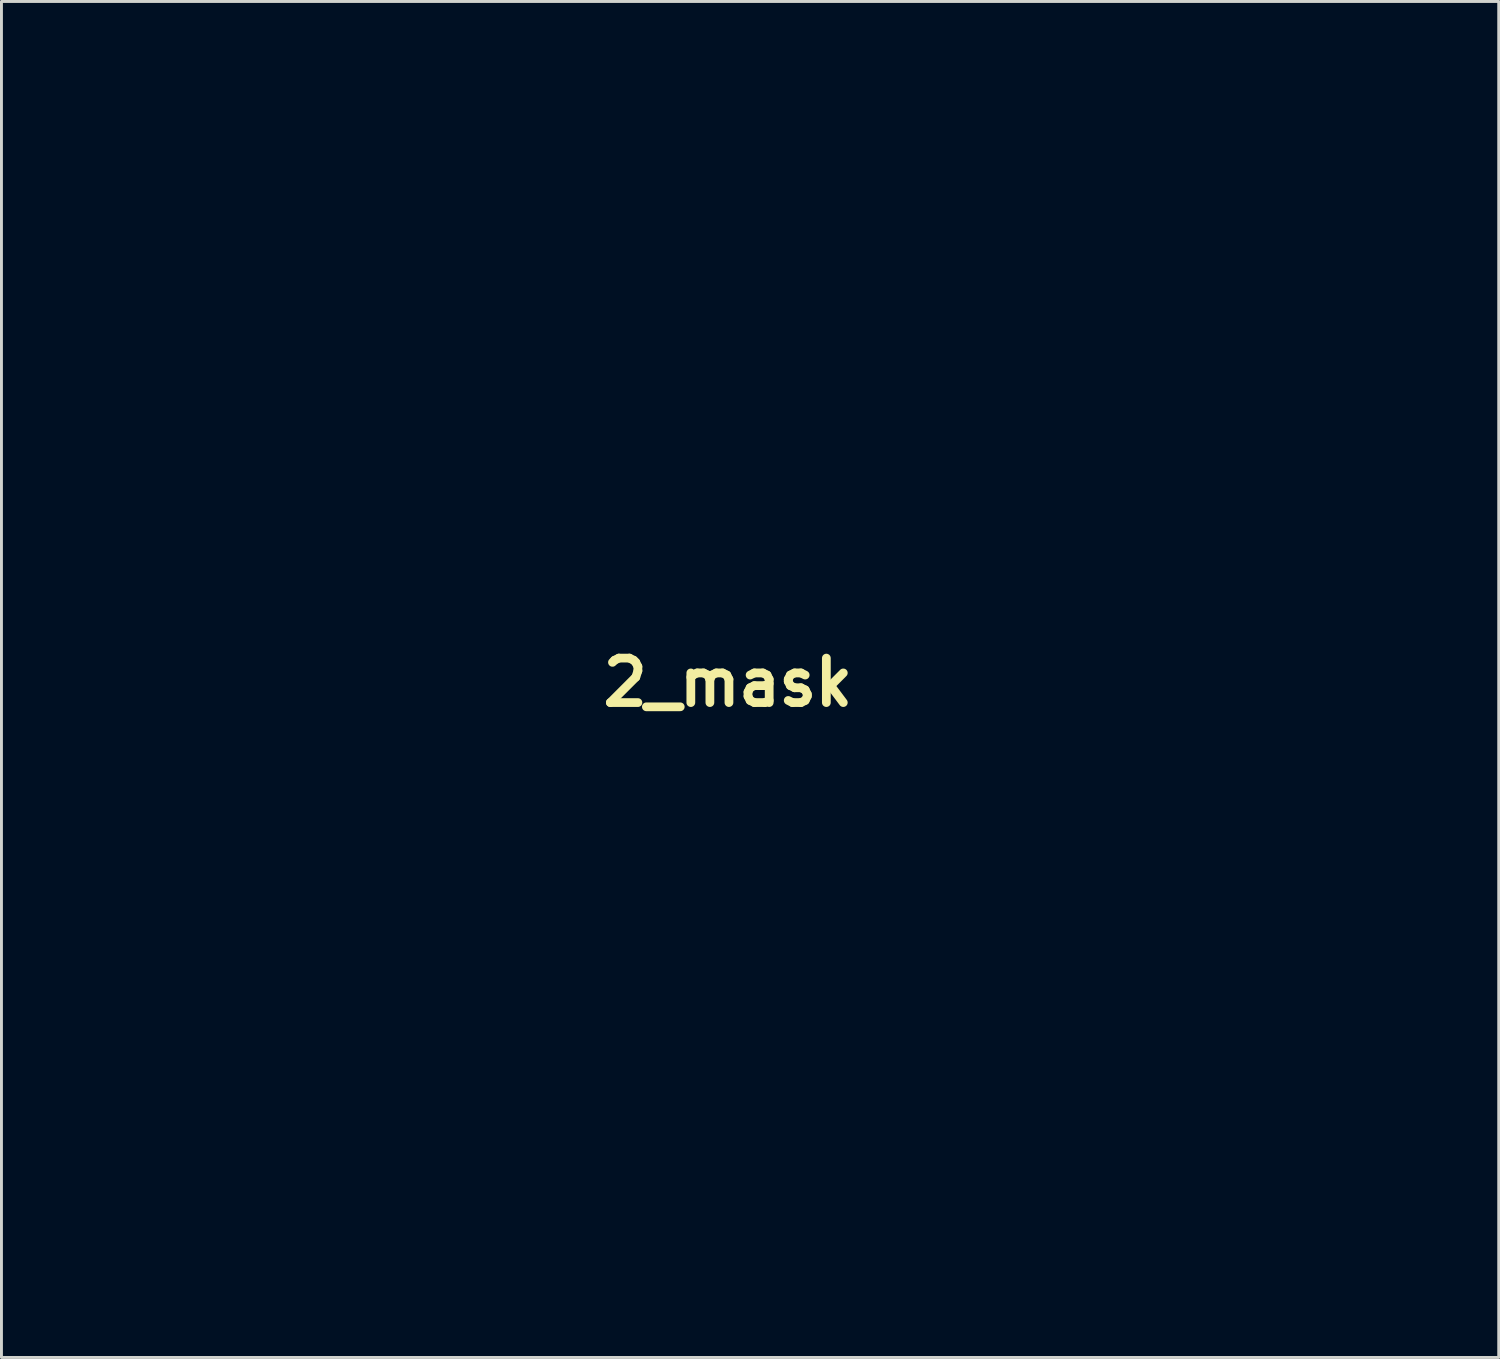
<source format=kicad_pcb>
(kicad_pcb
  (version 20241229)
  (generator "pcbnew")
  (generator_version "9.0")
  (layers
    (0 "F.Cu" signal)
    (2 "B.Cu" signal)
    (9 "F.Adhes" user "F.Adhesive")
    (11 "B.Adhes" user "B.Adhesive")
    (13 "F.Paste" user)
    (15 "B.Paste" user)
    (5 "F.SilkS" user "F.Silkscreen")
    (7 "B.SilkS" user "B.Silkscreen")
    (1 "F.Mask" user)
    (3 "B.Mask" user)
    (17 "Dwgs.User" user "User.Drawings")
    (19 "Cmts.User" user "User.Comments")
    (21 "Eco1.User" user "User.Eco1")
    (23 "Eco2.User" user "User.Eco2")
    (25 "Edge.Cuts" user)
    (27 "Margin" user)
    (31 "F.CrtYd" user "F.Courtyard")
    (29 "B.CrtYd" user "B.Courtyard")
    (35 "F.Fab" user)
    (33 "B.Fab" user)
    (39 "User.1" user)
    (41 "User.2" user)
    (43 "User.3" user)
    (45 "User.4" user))
  (footprint "2_mask"
    (layer "F.Cu")
    (at 21.897 20.34)
    (property "Reference" "2_mask" (at 0 0 0) (layer "F.SilkS") (effects (font (size 1.524 1.524) (thickness 0.3))))
    (attr board_only exclude_from_pos_files exclude_from_bom)
    (fp_poly (pts (xy -21.492 -5.749) (xy -21.347 -5.658) (xy -21.25 -5.483) (xy -21.204 -5.229) (xy -21.2 -5.113) (xy -21.209 -4.92) (xy -21.24 -4.795) (xy -21.3 -4.709) (xy -21.445 -4.622) (xy -21.6 -4.631) (xy -21.751 -4.735) (xy -21.752 -4.736) (xy -21.837 -4.878) (xy -21.885 -5.063) (xy -21.897 -5.266) (xy -21.875 -5.461) (xy -21.821 -5.624) (xy -21.737 -5.73) (xy -21.682 -5.753)) (stroke (width 0) (type solid)) (fill yes) (layer "F.Mask"))
    (fp_poly (pts (xy -16.52 18.979) (xy -16.391 19.085) (xy -16.287 19.227) (xy -16.255 19.301) (xy -16.191 19.571) (xy -16.182 19.802) (xy -16.225 19.98) (xy -16.319 20.089) (xy -16.369 20.11) (xy -16.496 20.134) (xy -16.595 20.116) (xy -16.711 20.053) (xy -16.842 19.941) (xy -16.913 19.794) (xy -16.931 19.592) (xy -16.907 19.359) (xy -16.864 19.146) (xy -16.811 19.017) (xy -16.735 18.953) (xy -16.644 18.938)) (stroke (width 0) (type solid)) (fill yes) (layer "F.Mask"))
    (fp_poly (pts (xy 10.593 18.809) (xy 10.679 18.844) (xy 10.822 18.946) (xy 10.907 19.097) (xy 10.939 19.313) (xy 10.937 19.477) (xy 10.914 19.688) (xy 10.87 19.824) (xy 10.823 19.887) (xy 10.655 19.993) (xy 10.471 20.014) (xy 10.351 19.976) (xy 10.204 19.848) (xy 10.121 19.646) (xy 10.101 19.429) (xy 10.12 19.181) (xy 10.186 19.007) (xy 10.307 18.889) (xy 10.367 18.856) (xy 10.495 18.806)) (stroke (width 0) (type solid)) (fill yes) (layer "F.Mask"))
    (fp_poly (pts (xy 8.892 -14.353) (xy 8.954 -14.315) (xy 9.109 -14.179) (xy 9.211 -14.005) (xy 9.27 -13.772) (xy 9.291 -13.562) (xy 9.283 -13.263) (xy 9.226 -13.006) (xy 9.129 -12.801) (xy 9 -12.658) (xy 8.849 -12.586) (xy 8.682 -12.595) (xy 8.535 -12.676) (xy 8.379 -12.856) (xy 8.272 -13.096) (xy 8.215 -13.37) (xy 8.21 -13.653) (xy 8.258 -13.92) (xy 8.36 -14.144) (xy 8.443 -14.243) (xy 8.603 -14.365) (xy 8.744 -14.4)) (stroke (width 0) (type solid)) (fill yes) (layer "F.Mask"))
    (fp_poly (pts (xy 20.698 16.066) (xy 20.802 16.108) (xy 20.959 16.242) (xy 21.08 16.448) (xy 21.157 16.705) (xy 21.186 16.988) (xy 21.16 17.276) (xy 21.133 17.389) (xy 21.012 17.671) (xy 20.842 17.876) (xy 20.634 17.998) (xy 20.396 18.032) (xy 20.14 17.972) (xy 20.123 17.965) (xy 19.91 17.821) (xy 19.752 17.614) (xy 19.652 17.361) (xy 19.609 17.084) (xy 19.626 16.803) (xy 19.703 16.536) (xy 19.841 16.304) (xy 20.015 16.144) (xy 20.218 16.058) (xy 20.46 16.032)) (stroke (width 0) (type solid)) (fill yes) (layer "F.Mask"))
    (fp_poly (pts (xy 19.112 -9.767) (xy 19.319 -9.639) (xy 19.471 -9.443) (xy 19.481 -9.424) (xy 19.525 -9.261) (xy 19.544 -9.038) (xy 19.539 -8.788) (xy 19.511 -8.546) (xy 19.463 -8.348) (xy 19.436 -8.286) (xy 19.283 -8.089) (xy 19.079 -7.972) (xy 18.844 -7.939) (xy 18.594 -7.998) (xy 18.566 -8.011) (xy 18.351 -8.161) (xy 18.193 -8.372) (xy 18.092 -8.624) (xy 18.05 -8.895) (xy 18.071 -9.165) (xy 18.156 -9.414) (xy 18.308 -9.62) (xy 18.392 -9.689) (xy 18.626 -9.797) (xy 18.874 -9.822)) (stroke (width 0) (type solid)) (fill yes) (layer "F.Mask"))
    (fp_poly (pts (xy 14.353 17.681) (xy 14.475 17.75) (xy 14.606 17.879) (xy 14.756 18.092) (xy 14.852 18.342) (xy 14.903 18.652) (xy 14.913 18.837) (xy 14.908 19.15) (xy 14.869 19.39) (xy 14.789 19.581) (xy 14.69 19.717) (xy 14.461 19.918) (xy 14.213 20.024) (xy 13.953 20.034) (xy 13.711 19.956) (xy 13.502 19.798) (xy 13.353 19.56) (xy 13.264 19.241) (xy 13.234 18.842) (xy 13.234 18.837) (xy 13.267 18.48) (xy 13.364 18.174) (xy 13.514 17.929) (xy 13.712 17.755) (xy 13.951 17.659) (xy 14.196 17.649)) (stroke (width 0) (type solid)) (fill yes) (layer "F.Mask"))
    (fp_poly (pts (xy 12.211 -14.115) (xy 12.385 -14.084) (xy 12.522 -14.014) (xy 12.651 -13.902) (xy 12.757 -13.791) (xy 12.825 -13.709) (xy 12.839 -13.682) (xy 12.853 -13.619) (xy 12.892 -13.511) (xy 12.933 -13.336) (xy 12.948 -13.1) (xy 12.936 -12.84) (xy 12.9 -12.59) (xy 12.873 -12.484) (xy 12.753 -12.218) (xy 12.606 -12.024) (xy 12.481 -11.904) (xy 12.377 -11.844) (xy 12.252 -11.824) (xy 12.19 -11.823) (xy 11.929 -11.868) (xy 11.795 -11.936) (xy 11.667 -12.052) (xy 11.546 -12.21) (xy 11.509 -12.275) (xy 11.452 -12.396) (xy 11.42 -12.512) (xy 11.407 -12.651) (xy 11.41 -12.846) (xy 11.415 -12.95) (xy 11.45 -13.308) (xy 11.52 -13.587) (xy 11.631 -13.807) (xy 11.788 -13.982) (xy 11.91 -14.078) (xy 12.017 -14.119) (xy 12.158 -14.12)) (stroke (width 0) (type solid)) (fill yes) (layer "F.Mask"))
    (fp_poly (pts (xy -15.579 -16.273) (xy -15.587 -16.107) (xy -15.613 -15.843) (xy -15.657 -15.48) (xy -15.718 -15.019) (xy -15.767 -14.67) (xy -15.843 -14.128) (xy -15.906 -13.667) (xy -15.959 -13.271) (xy -16.003 -12.922) (xy -16.04 -12.601) (xy -16.074 -12.293) (xy -16.105 -11.98) (xy -16.125 -11.769) (xy -16.138 -11.576) (xy -16.148 -11.317) (xy -16.154 -11.014) (xy -16.158 -10.689) (xy -16.158 -10.361) (xy -16.155 -10.053) (xy -16.148 -9.785) (xy -16.138 -9.578) (xy -16.128 -9.465) (xy -16.019 -9.005) (xy -15.846 -8.597) (xy -15.616 -8.252) (xy -15.381 -8.02) (xy -15.208 -7.895) (xy -15.019 -7.786) (xy -14.799 -7.689) (xy -14.535 -7.597) (xy -14.21 -7.506) (xy -13.811 -7.41) (xy -13.479 -7.338) (xy -13.271 -7.289) (xy -13.126 -7.238) (xy -13.008 -7.164) (xy -12.881 -7.05) (xy -12.826 -6.996) (xy -12.493 -6.594) (xy -12.246 -6.141) (xy -12.086 -5.641) (xy -12.013 -5.094) (xy -12.027 -4.503) (xy -12.072 -4.164) (xy -12.151 -3.778) (xy -12.261 -3.38) (xy -12.392 -2.987) (xy -12.539 -2.621) (xy -12.692 -2.3) (xy -12.845 -2.044) (xy -12.96 -1.9) (xy -13.083 -1.783) (xy -13.186 -1.725) (xy -13.312 -1.707) (xy -13.387 -1.706) (xy -13.53 -1.721) (xy -13.739 -1.759) (xy -13.987 -1.815) (xy -14.226 -1.877) (xy -15.082 -2.148) (xy -15.846 -2.459) (xy -16.521 -2.811) (xy -17.108 -3.205) (xy -17.608 -3.641) (xy -18.023 -4.121) (xy -18.353 -4.645) (xy -18.432 -4.805) (xy -18.635 -5.296) (xy -18.779 -5.796) (xy -18.868 -6.327) (xy -18.908 -6.915) (xy -18.912 -7.189) (xy -18.89 -7.774) (xy -18.828 -8.377) (xy -18.722 -9.002) (xy -18.571 -9.657) (xy -18.372 -10.347) (xy -18.124 -11.079) (xy -17.824 -11.858) (xy -17.471 -12.69) (xy -17.062 -13.582) (xy -16.595 -14.54) (xy -16.069 -15.569) (xy -15.988 -15.722) (xy -15.83 -16.015) (xy -15.71 -16.215) (xy -15.629 -16.323) (xy -15.588 -16.34)) (stroke (width 0) (type solid)) (fill yes) (layer "F.Mask"))
    (fp_poly (pts (xy -18.322 3.442) (xy -18.131 3.535) (xy -17.945 3.663) (xy -17.798 3.806) (xy -17.75 3.875) (xy -17.723 3.931) (xy -17.713 3.989) (xy -17.728 4.065) (xy -17.771 4.175) (xy -17.848 4.336) (xy -17.966 4.564) (xy -18.008 4.647) (xy -18.335 5.348) (xy -18.566 6.027) (xy -18.705 6.692) (xy -18.751 7.35) (xy -18.705 8.011) (xy -18.568 8.682) (xy -18.469 9.018) (xy -18.225 9.616) (xy -17.897 10.192) (xy -17.498 10.73) (xy -17.039 11.218) (xy -16.533 11.641) (xy -15.993 11.986) (xy -15.75 12.108) (xy -15.373 12.265) (xy -15.031 12.368) (xy -14.681 12.426) (xy -14.284 12.447) (xy -14.2 12.448) (xy -13.758 12.43) (xy -13.377 12.367) (xy -13.023 12.251) (xy -12.663 12.073) (xy -12.602 12.038) (xy -12.328 11.849) (xy -12.034 11.598) (xy -11.745 11.311) (xy -11.489 11.014) (xy -11.352 10.827) (xy -11.214 10.605) (xy -11.075 10.354) (xy -10.944 10.094) (xy -10.833 9.847) (xy -10.75 9.634) (xy -10.705 9.476) (xy -10.7 9.429) (xy -10.675 9.303) (xy -10.615 9.188) (xy -10.541 9.122) (xy -10.52 9.118) (xy -10.424 9.145) (xy -10.291 9.211) (xy -10.161 9.292) (xy -10.082 9.359) (xy -10.002 9.504) (xy -9.981 9.698) (xy -10.019 9.954) (xy -10.062 10.114) (xy -10.3 10.758) (xy -10.613 11.341) (xy -10.994 11.86) (xy -11.44 12.308) (xy -11.946 12.682) (xy -12.506 12.976) (xy -13.115 13.185) (xy -13.172 13.2) (xy -13.429 13.246) (xy -13.757 13.278) (xy -14.13 13.297) (xy -14.52 13.299) (xy -14.899 13.285) (xy -15.082 13.271) (xy -15.703 13.164) (xy -16.304 12.963) (xy -16.88 12.675) (xy -17.425 12.304) (xy -17.932 11.857) (xy -18.394 11.339) (xy -18.805 10.757) (xy -19.16 10.115) (xy -19.45 9.421) (xy -19.497 9.286) (xy -19.718 8.482) (xy -19.843 7.683) (xy -19.873 6.893) (xy -19.808 6.119) (xy -19.648 5.365) (xy -19.394 4.637) (xy -19.254 4.331) (xy -19.086 4) (xy -18.942 3.754) (xy -18.816 3.581) (xy -18.699 3.473) (xy -18.582 3.418) (xy -18.485 3.407)) (stroke (width 0) (type solid)) (fill yes) (layer "F.Mask"))
    (fp_poly (pts (xy -6.095 -20.335) (xy -6.077 -20.315) (xy -6.065 -20.271) (xy -6.06 -20.194) (xy -6.062 -20.075) (xy -6.072 -19.905) (xy -6.091 -19.676) (xy -6.118 -19.379) (xy -6.154 -19.004) (xy -6.2 -18.543) (xy -6.228 -18.261) (xy -6.269 -17.856) (xy -6.311 -17.422) (xy -6.352 -16.988) (xy -6.389 -16.586) (xy -6.419 -16.247) (xy -6.424 -16.182) (xy -6.449 -15.829) (xy -6.469 -15.437) (xy -6.484 -15.021) (xy -6.494 -14.598) (xy -6.498 -14.183) (xy -6.496 -13.795) (xy -6.489 -13.448) (xy -6.476 -13.159) (xy -6.457 -12.945) (xy -6.444 -12.865) (xy -6.32 -12.478) (xy -6.122 -12.096) (xy -5.866 -11.742) (xy -5.569 -11.437) (xy -5.247 -11.202) (xy -5.119 -11.135) (xy -4.935 -11.058) (xy -4.77 -11.017) (xy -4.577 -11.003) (xy -4.45 -11.004) (xy -4.23 -11.012) (xy -4.017 -11.028) (xy -3.861 -11.047) (xy -3.643 -11.055) (xy -3.451 -10.993) (xy -3.262 -10.852) (xy -3.147 -10.731) (xy -2.886 -10.376) (xy -2.648 -9.937) (xy -2.439 -9.427) (xy -2.264 -8.86) (xy -2.194 -8.567) (xy -2.124 -8.16) (xy -2.082 -7.714) (xy -2.068 -7.257) (xy -2.082 -6.815) (xy -2.123 -6.416) (xy -2.191 -6.089) (xy -2.306 -5.752) (xy -2.454 -5.419) (xy -2.622 -5.107) (xy -2.801 -4.836) (xy -2.978 -4.623) (xy -3.144 -4.487) (xy -3.162 -4.477) (xy -3.293 -4.434) (xy -3.49 -4.4) (xy -3.719 -4.378) (xy -3.947 -4.368) (xy -4.139 -4.376) (xy -4.225 -4.39) (xy -4.32 -4.413) (xy -4.48 -4.454) (xy -4.675 -4.503) (xy -4.716 -4.513) (xy -5.178 -4.652) (xy -5.699 -4.848) (xy -6.26 -5.095) (xy -6.575 -5.247) (xy -6.98 -5.454) (xy -7.309 -5.635) (xy -7.579 -5.8) (xy -7.806 -5.961) (xy -8.007 -6.128) (xy -8.179 -6.292) (xy -8.63 -6.814) (xy -8.998 -7.388) (xy -9.284 -8.015) (xy -9.488 -8.695) (xy -9.611 -9.429) (xy -9.651 -10.219) (xy -9.61 -11.064) (xy -9.487 -11.966) (xy -9.282 -12.925) (xy -9.156 -13.401) (xy -8.991 -13.96) (xy -8.806 -14.525) (xy -8.597 -15.108) (xy -8.359 -15.719) (xy -8.089 -16.367) (xy -7.781 -17.063) (xy -7.433 -17.817) (xy -7.039 -18.64) (xy -6.74 -19.25) (xy -6.546 -19.638) (xy -6.389 -19.937) (xy -6.269 -20.151) (xy -6.182 -20.284) (xy -6.128 -20.338) (xy -6.12 -20.34)) (stroke (width 0) (type solid)) (fill yes) (layer "F.Mask"))
    (fp_poly (pts (xy 7.364 -0.61) (xy 7.49 -0.495) (xy 7.649 -0.317) (xy 7.833 -0.09) (xy 8.033 0.175) (xy 8.239 0.466) (xy 8.444 0.77) (xy 8.639 1.075) (xy 8.815 1.37) (xy 8.963 1.642) (xy 9.033 1.787) (xy 9.315 2.465) (xy 9.521 3.13) (xy 9.659 3.808) (xy 9.733 4.524) (xy 9.75 5.132) (xy 9.716 5.879) (xy 9.61 6.568) (xy 9.427 7.219) (xy 9.162 7.849) (xy 8.808 8.477) (xy 8.685 8.667) (xy 8.491 8.925) (xy 8.237 9.217) (xy 7.946 9.522) (xy 7.64 9.817) (xy 7.342 10.08) (xy 7.073 10.287) (xy 7.05 10.303) (xy 6.437 10.672) (xy 5.787 10.971) (xy 5.115 11.196) (xy 4.436 11.342) (xy 3.766 11.406) (xy 3.12 11.383) (xy 3.042 11.374) (xy 2.343 11.235) (xy 1.658 10.999) (xy 0.995 10.669) (xy 0.369 10.255) (xy 0.082 10.025) (xy -0.206 9.769) (xy -0.483 9.501) (xy -0.736 9.232) (xy -0.953 8.978) (xy -1.123 8.75) (xy -1.233 8.562) (xy -1.264 8.476) (xy -1.266 8.317) (xy -1.218 8.116) (xy -1.132 7.907) (xy -1.022 7.726) (xy -0.993 7.689) (xy -0.839 7.562) (xy -0.682 7.513) (xy -0.542 7.546) (xy -0.478 7.602) (xy -0.246 7.888) (xy -0.056 8.11) (xy 0.106 8.288) (xy 0.258 8.438) (xy 0.415 8.577) (xy 0.423 8.585) (xy 0.938 8.968) (xy 1.489 9.272) (xy 2.094 9.504) (xy 2.461 9.606) (xy 2.777 9.66) (xy 3.158 9.691) (xy 3.573 9.698) (xy 3.99 9.683) (xy 4.377 9.646) (xy 4.704 9.586) (xy 4.745 9.576) (xy 5.385 9.357) (xy 5.961 9.063) (xy 6.474 8.691) (xy 6.834 8.346) (xy 7.1 8.039) (xy 7.321 7.735) (xy 7.503 7.418) (xy 7.652 7.071) (xy 7.776 6.679) (xy 7.88 6.225) (xy 7.973 5.692) (xy 8.003 5.488) (xy 8.046 5.172) (xy 8.074 4.929) (xy 8.088 4.731) (xy 8.088 4.552) (xy 8.077 4.364) (xy 8.057 4.163) (xy 8.021 3.889) (xy 7.974 3.605) (xy 7.922 3.353) (xy 7.897 3.254) (xy 7.778 2.898) (xy 7.603 2.493) (xy 7.386 2.064) (xy 7.139 1.637) (xy 6.972 1.378) (xy 6.76 1.053) (xy 6.586 0.769) (xy 6.456 0.536) (xy 6.375 0.362) (xy 6.35 0.264) (xy 6.386 0.187) (xy 6.48 0.064) (xy 6.616 -0.087) (xy 6.776 -0.249) (xy 6.94 -0.404) (xy 7.092 -0.535) (xy 7.213 -0.623) (xy 7.28 -0.651)) (stroke (width 0) (type solid)) (fill yes) (layer "F.Mask"))
    (fp_poly (pts (xy 18.663 -5.72) (xy 18.811 -5.682) (xy 18.929 -5.644) (xy 18.995 -5.63) (xy 19 -5.632) (xy 19.039 -5.622) (xy 19.14 -5.572) (xy 19.281 -5.495) (xy 19.439 -5.403) (xy 19.59 -5.31) (xy 19.679 -5.253) (xy 19.815 -5.148) (xy 19.972 -5.009) (xy 20.135 -4.852) (xy 20.288 -4.693) (xy 20.415 -4.549) (xy 20.501 -4.435) (xy 20.53 -4.369) (xy 20.528 -4.364) (xy 20.444 -4.319) (xy 20.278 -4.314) (xy 20.039 -4.349) (xy 19.951 -4.368) (xy 19.666 -4.397) (xy 19.337 -4.371) (xy 19.001 -4.297) (xy 18.694 -4.183) (xy 18.55 -4.105) (xy 18.442 -4.046) (xy 18.368 -4.011) (xy 18.293 -3.959) (xy 18.172 -3.856) (xy 18.023 -3.718) (xy 17.863 -3.562) (xy 17.708 -3.406) (xy 17.576 -3.266) (xy 17.485 -3.159) (xy 17.45 -3.102) (xy 17.45 -3.101) (xy 17.423 -3.038) (xy 17.354 -2.922) (xy 17.278 -2.81) (xy 17.191 -2.677) (xy 17.138 -2.579) (xy 17.129 -2.542) (xy 17.116 -2.497) (xy 17.076 -2.456) (xy 17.013 -2.382) (xy 17 -2.346) (xy 16.981 -2.275) (xy 16.934 -2.15) (xy 16.907 -2.089) (xy 16.822 -1.892) (xy 16.756 -1.735) (xy 16.725 -1.653) (xy 16.7 -1.591) (xy 16.679 -1.544) (xy 16.639 -1.435) (xy 16.629 -1.394) (xy 16.599 -1.286) (xy 16.587 -1.252) (xy 16.562 -1.171) (xy 16.523 -1.033) (xy 16.48 -0.877) (xy 16.444 -0.738) (xy 16.424 -0.655) (xy 16.423 -0.651) (xy 16.411 -0.589) (xy 16.386 -0.476) (xy 16.352 -0.314) (xy 16.324 -0.155) (xy 16.3 -0.031) (xy 16.279 0.043) (xy 16.278 0.046) (xy 16.262 0.108) (xy 16.24 0.237) (xy 16.226 0.346) (xy 16.203 0.515) (xy 16.183 0.652) (xy 16.175 0.702) (xy 16.165 0.786) (xy 16.153 0.945) (xy 16.139 1.154) (xy 16.129 1.333) (xy 16.115 1.593) (xy 16.099 1.889) (xy 16.081 2.197) (xy 16.064 2.496) (xy 16.049 2.761) (xy 16.036 2.969) (xy 16.029 3.09) (xy 15.973 3.246) (xy 15.844 3.355) (xy 15.689 3.397) (xy 15.532 3.411) (xy 15.345 3.43) (xy 15.3 3.436) (xy 15.13 3.456) (xy 14.982 3.474) (xy 14.949 3.478) (xy 14.805 3.474) (xy 14.717 3.453) (xy 14.634 3.415) (xy 14.576 3.36) (xy 14.533 3.269) (xy 14.498 3.121) (xy 14.463 2.898) (xy 14.454 2.831) (xy 14.439 2.661) (xy 14.429 2.419) (xy 14.425 2.131) (xy 14.426 1.824) (xy 14.432 1.522) (xy 14.442 1.253) (xy 14.457 1.042) (xy 14.468 0.952) (xy 14.493 0.789) (xy 14.518 0.596) (xy 14.525 0.539) (xy 14.546 0.395) (xy 14.583 0.182) (xy 14.631 -0.07) (xy 14.68 -0.313) (xy 14.74 -0.606) (xy 14.784 -0.817) (xy 14.814 -0.962) (xy 14.835 -1.056) (xy 14.85 -1.117) (xy 14.862 -1.159) (xy 14.874 -1.2) (xy 14.875 -1.202) (xy 14.911 -1.334) (xy 14.923 -1.386) (xy 14.954 -1.506) (xy 15.01 -1.694) (xy 15.083 -1.923) (xy 15.164 -2.167) (xy 15.243 -2.398) (xy 15.313 -2.59) (xy 15.359 -2.705) (xy 15.577 -3.193) (xy 15.771 -3.6) (xy 15.949 -3.94) (xy 16.12 -4.228) (xy 16.292 -4.476) (xy 16.473 -4.7) (xy 16.593 -4.832) (xy 16.867 -5.111) (xy 17.103 -5.321) (xy 17.32 -5.475) (xy 17.537 -5.588) (xy 17.774 -5.672) (xy 17.843 -5.691) (xy 18.107 -5.736) (xy 18.395 -5.745)) (stroke (width 0) (type solid)) (fill yes) (layer "F.Mask"))
    (fp_poly (pts (xy 20.091 -3.506) (xy 20.213 -3.474) (xy 20.342 -3.432) (xy 20.428 -3.405) (xy 20.438 -3.402) (xy 20.607 -3.338) (xy 20.807 -3.212) (xy 21.045 -3.018) (xy 21.331 -2.749) (xy 21.363 -2.718) (xy 21.52 -2.556) (xy 21.647 -2.417) (xy 21.728 -2.316) (xy 21.75 -2.275) (xy 21.785 -2.196) (xy 21.822 -2.157) (xy 21.894 -2.068) (xy 21.994 -1.904) (xy 22.114 -1.685) (xy 22.243 -1.429) (xy 22.374 -1.154) (xy 22.495 -0.88) (xy 22.6 -0.624) (xy 22.671 -0.426) (xy 22.724 -0.268) (xy 22.768 -0.142) (xy 22.784 -0.1) (xy 22.819 -0.003) (xy 22.827 0.025) (xy 22.845 0.092) (xy 22.885 0.232) (xy 22.938 0.422) (xy 22.975 0.551) (xy 23.035 0.77) (xy 23.087 0.965) (xy 23.122 1.107) (xy 23.131 1.152) (xy 23.158 1.298) (xy 23.186 1.428) (xy 23.211 1.541) (xy 23.225 1.603) (xy 23.235 1.663) (xy 23.255 1.787) (xy 23.267 1.858) (xy 23.294 2.027) (xy 23.317 2.173) (xy 23.323 2.209) (xy 23.367 2.52) (xy 23.396 2.83) (xy 23.413 3.169) (xy 23.419 3.568) (xy 23.42 3.682) (xy 23.412 4.196) (xy 23.393 4.703) (xy 23.362 5.18) (xy 23.321 5.603) (xy 23.275 5.934) (xy 23.249 6.099) (xy 23.23 6.243) (xy 23.228 6.26) (xy 23.209 6.4) (xy 23.18 6.561) (xy 23.18 6.563) (xy 23.152 6.703) (xy 23.131 6.808) (xy 23.13 6.813) (xy 23.111 6.912) (xy 23.083 7.051) (xy 23.08 7.064) (xy 23.052 7.204) (xy 23.031 7.309) (xy 23.03 7.314) (xy 23 7.433) (xy 22.989 7.465) (xy 22.963 7.547) (xy 22.917 7.695) (xy 22.861 7.881) (xy 22.85 7.916) (xy 22.663 8.437) (xy 22.438 8.905) (xy 22.18 9.309) (xy 21.896 9.641) (xy 21.594 9.892) (xy 21.279 10.052) (xy 21.25 10.062) (xy 21.118 10.096) (xy 20.959 10.125) (xy 20.803 10.145) (xy 20.686 10.152) (xy 20.64 10.145) (xy 20.586 10.128) (xy 20.472 10.107) (xy 20.45 10.103) (xy 20.172 10.046) (xy 19.992 9.975) (xy 19.957 9.952) (xy 19.814 9.855) (xy 19.63 9.753) (xy 19.575 9.726) (xy 19.505 9.675) (xy 19.387 9.57) (xy 19.239 9.429) (xy 19.076 9.267) (xy 18.914 9.102) (xy 18.771 8.95) (xy 18.661 8.827) (xy 18.602 8.75) (xy 18.597 8.737) (xy 18.567 8.675) (xy 18.494 8.562) (xy 18.424 8.467) (xy 18.356 8.363) (xy 18.261 8.201) (xy 18.147 7.998) (xy 18.026 7.774) (xy 17.907 7.547) (xy 17.8 7.337) (xy 17.715 7.163) (xy 17.662 7.043) (xy 17.65 7.001) (xy 17.633 6.937) (xy 17.592 6.829) (xy 17.546 6.706) (xy 17.521 6.622) (xy 17.49 6.518) (xy 17.471 6.471) (xy 17.432 6.362) (xy 17.421 6.321) (xy 17.39 6.217) (xy 17.371 6.171) (xy 17.333 6.072) (xy 17.323 6.037) (xy 17.307 5.971) (xy 17.274 5.832) (xy 17.23 5.645) (xy 17.18 5.434) (xy 17.131 5.224) (xy 17.087 5.039) (xy 17.068 4.96) (xy 17.045 4.83) (xy 17.023 4.661) (xy 17.017 4.609) (xy 16.996 4.421) (xy 16.967 4.204) (xy 16.953 4.108) (xy 16.941 3.975) (xy 16.932 3.767) (xy 16.926 3.503) (xy 16.924 3.203) (xy 16.924 2.886) (xy 16.928 2.573) (xy 16.934 2.282) (xy 16.942 2.035) (xy 16.948 1.949) (xy 17.659 1.949) (xy 17.666 2.371) (xy 17.675 2.721) (xy 17.685 3.049) (xy 17.696 3.338) (xy 17.707 3.57) (xy 17.717 3.729) (xy 17.723 3.782) (xy 17.743 3.931) (xy 17.771 4.138) (xy 17.8 4.36) (xy 17.803 4.384) (xy 17.887 4.944) (xy 17.993 5.5) (xy 18.117 6.025) (xy 18.251 6.494) (xy 18.354 6.789) (xy 18.408 6.937) (xy 18.443 7.046) (xy 18.45 7.081) (xy 18.473 7.152) (xy 18.536 7.291) (xy 18.627 7.476) (xy 18.737 7.69) (xy 18.855 7.911) (xy 18.972 8.121) (xy 19.076 8.299) (xy 19.147 8.411) (xy 19.48 8.841) (xy 19.829 9.177) (xy 20.193 9.416) (xy 20.569 9.559) (xy 20.956 9.603) (xy 21.026 9.6) (xy 21.252 9.569) (xy 21.459 9.509) (xy 21.526 9.479) (xy 21.771 9.309) (xy 22.016 9.06) (xy 22.246 8.752) (xy 22.446 8.403) (xy 22.552 8.166) (xy 22.812 7.39) (xy 23.007 6.555) (xy 23.132 5.681) (xy 23.185 4.787) (xy 23.181 4.233) (xy 23.169 3.937) (xy 23.157 3.664) (xy 23.145 3.435) (xy 23.135 3.27) (xy 23.128 3.206) (xy 23.11 3.052) (xy 23.088 2.856) (xy 23.077 2.755) (xy 23.056 2.561) (xy 23.034 2.378) (xy 23.024 2.305) (xy 22.998 2.122) (xy 22.975 1.954) (xy 22.921 1.606) (xy 22.87 1.353) (xy 22.837 1.198) (xy 22.819 1.102) (xy 22.795 0.994) (xy 22.753 0.823) (xy 22.7 0.625) (xy 22.694 0.601) (xy 22.461 -0.155) (xy 22.198 -0.835) (xy 21.909 -1.436) (xy 21.594 -1.954) (xy 21.258 -2.384) (xy 20.901 -2.723) (xy 20.586 -2.935) (xy 20.415 -3.019) (xy 20.257 -3.063) (xy 20.064 -3.079) (xy 19.975 -3.08) (xy 19.598 -3.036) (xy 19.253 -2.901) (xy 18.937 -2.674) (xy 18.648 -2.352) (xy 18.386 -1.935) (xy 18.284 -1.735) (xy 18.102 -1.312) (xy 17.953 -0.876) (xy 17.837 -0.415) (xy 17.752 0.086) (xy 17.695 0.638) (xy 17.665 1.254) (xy 17.659 1.949) (xy 16.948 1.949) (xy 16.954 1.85) (xy 16.966 1.753) (xy 16.985 1.638) (xy 17.007 1.463) (xy 17.023 1.303) (xy 17.041 1.111) (xy 17.059 0.944) (xy 17.072 0.852) (xy 17.089 0.733) (xy 17.11 0.559) (xy 17.125 0.428) (xy 17.145 0.264) (xy 17.163 0.145) (xy 17.173 0.102) (xy 17.189 0.04) (xy 17.21 -0.085) (xy 17.219 -0.15) (xy 17.25 -0.333) (xy 17.287 -0.504) (xy 17.296 -0.539) (xy 17.323 -0.647) (xy 17.327 -0.7) (xy 17.325 -0.701) (xy 17.327 -0.744) (xy 17.359 -0.86) (xy 17.414 -1.028) (xy 17.485 -1.229) (xy 17.565 -1.441) (xy 17.645 -1.646) (xy 17.719 -1.823) (xy 17.779 -1.951) (xy 17.783 -1.958) (xy 18.063 -2.416) (xy 18.374 -2.805) (xy 18.708 -3.117) (xy 19.057 -3.344) (xy 19.413 -3.48) (xy 19.45 -3.489) (xy 19.784 -3.529)) (stroke (width 0) (type solid)) (fill yes) (layer "F.Mask")))
  (gr_rect
    (start -3 -3)
    (end 48.316 43.474)
    (stroke (width 0.1) (type default))
    (fill no)
    (layer "Edge.Cuts")))
</source>
